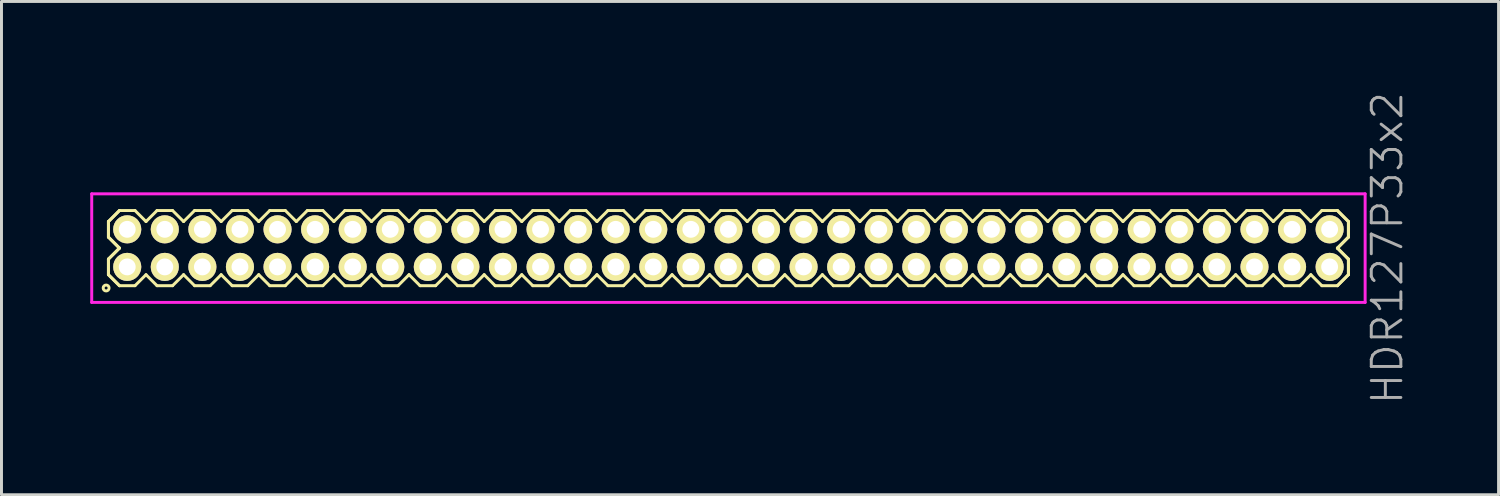
<source format=kicad_pcb>
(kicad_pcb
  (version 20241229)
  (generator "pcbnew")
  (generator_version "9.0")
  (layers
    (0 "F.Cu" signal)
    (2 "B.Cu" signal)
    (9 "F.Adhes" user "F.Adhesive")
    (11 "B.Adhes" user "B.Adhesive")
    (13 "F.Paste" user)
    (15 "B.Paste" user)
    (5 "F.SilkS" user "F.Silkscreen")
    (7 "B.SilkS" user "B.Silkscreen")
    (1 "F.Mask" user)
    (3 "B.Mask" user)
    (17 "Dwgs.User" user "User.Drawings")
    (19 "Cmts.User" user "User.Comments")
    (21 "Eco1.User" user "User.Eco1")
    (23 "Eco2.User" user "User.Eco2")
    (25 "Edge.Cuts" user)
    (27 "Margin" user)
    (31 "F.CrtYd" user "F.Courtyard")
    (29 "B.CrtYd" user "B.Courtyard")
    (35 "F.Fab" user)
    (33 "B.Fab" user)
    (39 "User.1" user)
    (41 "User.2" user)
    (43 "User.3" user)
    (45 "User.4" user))
  (footprint "HDR127P33x2"
    (layer "F.Cu")
    (at 21.57 5.336)
    (property "Reference" "HDR127P33x2" (at 22.27 0 90) (layer "F.Fab") (effects (font (size 1 1) (thickness 0.1))))
    (attr through_hole)
    (fp_line (start -20.955 -0.898) (end -20.583 -1.27) (stroke (width 0.1) (type solid)) (layer "F.SilkS"))
    (fp_line (start -20.955 -0.898) (end -20.583 -1.27) (stroke (width 0.1) (type solid)) (layer "F.SilkS"))
    (fp_line (start -20.955 -0.372) (end -20.955 -0.898) (stroke (width 0.1) (type solid)) (layer "F.SilkS"))
    (fp_line (start -20.955 -0.372) (end -20.955 -0.898) (stroke (width 0.1) (type solid)) (layer "F.SilkS"))
    (fp_line (start -20.955 0.372) (end -20.583 0) (stroke (width 0.1) (type solid)) (layer "F.SilkS"))
    (fp_line (start -20.955 0.372) (end -20.583 0) (stroke (width 0.1) (type solid)) (layer "F.SilkS"))
    (fp_line (start -20.955 0.898) (end -20.955 0.372) (stroke (width 0.1) (type solid)) (layer "F.SilkS"))
    (fp_line (start -20.955 0.898) (end -20.955 0.372) (stroke (width 0.1) (type solid)) (layer "F.SilkS"))
    (fp_line (start -20.583 -1.27) (end -20.057 -1.27) (stroke (width 0.1) (type solid)) (layer "F.SilkS"))
    (fp_line (start -20.583 0) (end -20.955 -0.372) (stroke (width 0.1) (type solid)) (layer "F.SilkS"))
    (fp_line (start -20.583 0) (end -20.955 -0.372) (stroke (width 0.1) (type solid)) (layer "F.SilkS"))
    (fp_line (start -20.583 1.27) (end -20.955 0.898) (stroke (width 0.1) (type solid)) (layer "F.SilkS"))
    (fp_line (start -20.583 1.27) (end -20.955 0.898) (stroke (width 0.1) (type solid)) (layer "F.SilkS"))
    (fp_line (start -20.057 -1.27) (end -19.685 -0.898) (stroke (width 0.1) (type solid)) (layer "F.SilkS"))
    (fp_line (start -20.057 1.27) (end -20.583 1.27) (stroke (width 0.1) (type solid)) (layer "F.SilkS"))
    (fp_line (start -19.685 -0.898) (end -19.313 -1.27) (stroke (width 0.1) (type solid)) (layer "F.SilkS"))
    (fp_line (start -19.685 0.898) (end -20.057 1.27) (stroke (width 0.1) (type solid)) (layer "F.SilkS"))
    (fp_line (start -19.313 -1.27) (end -18.787 -1.27) (stroke (width 0.1) (type solid)) (layer "F.SilkS"))
    (fp_line (start -19.313 1.27) (end -19.685 0.898) (stroke (width 0.1) (type solid)) (layer "F.SilkS"))
    (fp_line (start -18.787 -1.27) (end -18.415 -0.898) (stroke (width 0.1) (type solid)) (layer "F.SilkS"))
    (fp_line (start -18.787 1.27) (end -19.313 1.27) (stroke (width 0.1) (type solid)) (layer "F.SilkS"))
    (fp_line (start -18.415 -0.898) (end -18.043 -1.27) (stroke (width 0.1) (type solid)) (layer "F.SilkS"))
    (fp_line (start -18.415 0.898) (end -18.787 1.27) (stroke (width 0.1) (type solid)) (layer "F.SilkS"))
    (fp_line (start -18.043 -1.27) (end -17.517 -1.27) (stroke (width 0.1) (type solid)) (layer "F.SilkS"))
    (fp_line (start -18.043 1.27) (end -18.415 0.898) (stroke (width 0.1) (type solid)) (layer "F.SilkS"))
    (fp_line (start -17.517 -1.27) (end -17.145 -0.898) (stroke (width 0.1) (type solid)) (layer "F.SilkS"))
    (fp_line (start -17.517 1.27) (end -18.043 1.27) (stroke (width 0.1) (type solid)) (layer "F.SilkS"))
    (fp_line (start -17.145 -0.898) (end -16.773 -1.27) (stroke (width 0.1) (type solid)) (layer "F.SilkS"))
    (fp_line (start -17.145 0.898) (end -17.517 1.27) (stroke (width 0.1) (type solid)) (layer "F.SilkS"))
    (fp_line (start -16.773 -1.27) (end -16.247 -1.27) (stroke (width 0.1) (type solid)) (layer "F.SilkS"))
    (fp_line (start -16.773 1.27) (end -17.145 0.898) (stroke (width 0.1) (type solid)) (layer "F.SilkS"))
    (fp_line (start -16.247 -1.27) (end -15.875 -0.898) (stroke (width 0.1) (type solid)) (layer "F.SilkS"))
    (fp_line (start -16.247 1.27) (end -16.773 1.27) (stroke (width 0.1) (type solid)) (layer "F.SilkS"))
    (fp_line (start -15.875 -0.898) (end -15.503 -1.27) (stroke (width 0.1) (type solid)) (layer "F.SilkS"))
    (fp_line (start -15.875 0.898) (end -16.247 1.27) (stroke (width 0.1) (type solid)) (layer "F.SilkS"))
    (fp_line (start -15.503 -1.27) (end -14.977 -1.27) (stroke (width 0.1) (type solid)) (layer "F.SilkS"))
    (fp_line (start -15.503 1.27) (end -15.875 0.898) (stroke (width 0.1) (type solid)) (layer "F.SilkS"))
    (fp_line (start -14.977 -1.27) (end -14.605 -0.898) (stroke (width 0.1) (type solid)) (layer "F.SilkS"))
    (fp_line (start -14.977 1.27) (end -15.503 1.27) (stroke (width 0.1) (type solid)) (layer "F.SilkS"))
    (fp_line (start -14.605 -0.898) (end -14.233 -1.27) (stroke (width 0.1) (type solid)) (layer "F.SilkS"))
    (fp_line (start -14.605 0.898) (end -14.977 1.27) (stroke (width 0.1) (type solid)) (layer "F.SilkS"))
    (fp_line (start -14.233 -1.27) (end -13.707 -1.27) (stroke (width 0.1) (type solid)) (layer "F.SilkS"))
    (fp_line (start -14.233 1.27) (end -14.605 0.898) (stroke (width 0.1) (type solid)) (layer "F.SilkS"))
    (fp_line (start -13.707 -1.27) (end -13.335 -0.898) (stroke (width 0.1) (type solid)) (layer "F.SilkS"))
    (fp_line (start -13.707 1.27) (end -14.233 1.27) (stroke (width 0.1) (type solid)) (layer "F.SilkS"))
    (fp_line (start -13.335 -0.898) (end -12.963 -1.27) (stroke (width 0.1) (type solid)) (layer "F.SilkS"))
    (fp_line (start -13.335 0.898) (end -13.707 1.27) (stroke (width 0.1) (type solid)) (layer "F.SilkS"))
    (fp_line (start -12.963 -1.27) (end -12.437 -1.27) (stroke (width 0.1) (type solid)) (layer "F.SilkS"))
    (fp_line (start -12.963 1.27) (end -13.335 0.898) (stroke (width 0.1) (type solid)) (layer "F.SilkS"))
    (fp_line (start -12.437 -1.27) (end -12.065 -0.898) (stroke (width 0.1) (type solid)) (layer "F.SilkS"))
    (fp_line (start -12.437 1.27) (end -12.963 1.27) (stroke (width 0.1) (type solid)) (layer "F.SilkS"))
    (fp_line (start -12.065 -0.898) (end -11.693 -1.27) (stroke (width 0.1) (type solid)) (layer "F.SilkS"))
    (fp_line (start -12.065 0.898) (end -12.437 1.27) (stroke (width 0.1) (type solid)) (layer "F.SilkS"))
    (fp_line (start -11.693 -1.27) (end -11.167 -1.27) (stroke (width 0.1) (type solid)) (layer "F.SilkS"))
    (fp_line (start -11.693 1.27) (end -12.065 0.898) (stroke (width 0.1) (type solid)) (layer "F.SilkS"))
    (fp_line (start -11.167 -1.27) (end -10.795 -0.898) (stroke (width 0.1) (type solid)) (layer "F.SilkS"))
    (fp_line (start -11.167 1.27) (end -11.693 1.27) (stroke (width 0.1) (type solid)) (layer "F.SilkS"))
    (fp_line (start -10.795 -0.898) (end -10.423 -1.27) (stroke (width 0.1) (type solid)) (layer "F.SilkS"))
    (fp_line (start -10.795 0.898) (end -11.167 1.27) (stroke (width 0.1) (type solid)) (layer "F.SilkS"))
    (fp_line (start -10.423 -1.27) (end -9.897 -1.27) (stroke (width 0.1) (type solid)) (layer "F.SilkS"))
    (fp_line (start -10.423 1.27) (end -10.795 0.898) (stroke (width 0.1) (type solid)) (layer "F.SilkS"))
    (fp_line (start -9.897 -1.27) (end -9.525 -0.898) (stroke (width 0.1) (type solid)) (layer "F.SilkS"))
    (fp_line (start -9.897 1.27) (end -10.423 1.27) (stroke (width 0.1) (type solid)) (layer "F.SilkS"))
    (fp_line (start -9.525 -0.898) (end -9.153 -1.27) (stroke (width 0.1) (type solid)) (layer "F.SilkS"))
    (fp_line (start -9.525 0.898) (end -9.897 1.27) (stroke (width 0.1) (type solid)) (layer "F.SilkS"))
    (fp_line (start -9.153 -1.27) (end -8.627 -1.27) (stroke (width 0.1) (type solid)) (layer "F.SilkS"))
    (fp_line (start -9.153 1.27) (end -9.525 0.898) (stroke (width 0.1) (type solid)) (layer "F.SilkS"))
    (fp_line (start -8.627 -1.27) (end -8.255 -0.898) (stroke (width 0.1) (type solid)) (layer "F.SilkS"))
    (fp_line (start -8.627 1.27) (end -9.153 1.27) (stroke (width 0.1) (type solid)) (layer "F.SilkS"))
    (fp_line (start -8.255 -0.898) (end -7.883 -1.27) (stroke (width 0.1) (type solid)) (layer "F.SilkS"))
    (fp_line (start -8.255 0.898) (end -8.627 1.27) (stroke (width 0.1) (type solid)) (layer "F.SilkS"))
    (fp_line (start -7.883 -1.27) (end -7.357 -1.27) (stroke (width 0.1) (type solid)) (layer "F.SilkS"))
    (fp_line (start -7.883 1.27) (end -8.255 0.898) (stroke (width 0.1) (type solid)) (layer "F.SilkS"))
    (fp_line (start -7.357 -1.27) (end -6.985 -0.898) (stroke (width 0.1) (type solid)) (layer "F.SilkS"))
    (fp_line (start -7.357 1.27) (end -7.883 1.27) (stroke (width 0.1) (type solid)) (layer "F.SilkS"))
    (fp_line (start -6.985 -0.898) (end -6.613 -1.27) (stroke (width 0.1) (type solid)) (layer "F.SilkS"))
    (fp_line (start -6.985 0.898) (end -7.357 1.27) (stroke (width 0.1) (type solid)) (layer "F.SilkS"))
    (fp_line (start -6.613 -1.27) (end -6.087 -1.27) (stroke (width 0.1) (type solid)) (layer "F.SilkS"))
    (fp_line (start -6.613 1.27) (end -6.985 0.898) (stroke (width 0.1) (type solid)) (layer "F.SilkS"))
    (fp_line (start -6.087 -1.27) (end -5.715 -0.898) (stroke (width 0.1) (type solid)) (layer "F.SilkS"))
    (fp_line (start -6.087 1.27) (end -6.613 1.27) (stroke (width 0.1) (type solid)) (layer "F.SilkS"))
    (fp_line (start -5.715 -0.898) (end -5.343 -1.27) (stroke (width 0.1) (type solid)) (layer "F.SilkS"))
    (fp_line (start -5.715 0.898) (end -6.087 1.27) (stroke (width 0.1) (type solid)) (layer "F.SilkS"))
    (fp_line (start -5.343 -1.27) (end -4.817 -1.27) (stroke (width 0.1) (type solid)) (layer "F.SilkS"))
    (fp_line (start -5.343 1.27) (end -5.715 0.898) (stroke (width 0.1) (type solid)) (layer "F.SilkS"))
    (fp_line (start -4.817 -1.27) (end -4.445 -0.898) (stroke (width 0.1) (type solid)) (layer "F.SilkS"))
    (fp_line (start -4.817 1.27) (end -5.343 1.27) (stroke (width 0.1) (type solid)) (layer "F.SilkS"))
    (fp_line (start -4.445 -0.898) (end -4.073 -1.27) (stroke (width 0.1) (type solid)) (layer "F.SilkS"))
    (fp_line (start -4.445 0.898) (end -4.817 1.27) (stroke (width 0.1) (type solid)) (layer "F.SilkS"))
    (fp_line (start -4.073 -1.27) (end -3.547 -1.27) (stroke (width 0.1) (type solid)) (layer "F.SilkS"))
    (fp_line (start -4.073 1.27) (end -4.445 0.898) (stroke (width 0.1) (type solid)) (layer "F.SilkS"))
    (fp_line (start -3.547 -1.27) (end -3.175 -0.898) (stroke (width 0.1) (type solid)) (layer "F.SilkS"))
    (fp_line (start -3.547 1.27) (end -4.073 1.27) (stroke (width 0.1) (type solid)) (layer "F.SilkS"))
    (fp_line (start -3.175 -0.898) (end -2.803 -1.27) (stroke (width 0.1) (type solid)) (layer "F.SilkS"))
    (fp_line (start -3.175 0.898) (end -3.547 1.27) (stroke (width 0.1) (type solid)) (layer "F.SilkS"))
    (fp_line (start -2.803 -1.27) (end -2.277 -1.27) (stroke (width 0.1) (type solid)) (layer "F.SilkS"))
    (fp_line (start -2.803 1.27) (end -3.175 0.898) (stroke (width 0.1) (type solid)) (layer "F.SilkS"))
    (fp_line (start -2.277 -1.27) (end -1.905 -0.898) (stroke (width 0.1) (type solid)) (layer "F.SilkS"))
    (fp_line (start -2.277 1.27) (end -2.803 1.27) (stroke (width 0.1) (type solid)) (layer "F.SilkS"))
    (fp_line (start -1.905 -0.898) (end -1.533 -1.27) (stroke (width 0.1) (type solid)) (layer "F.SilkS"))
    (fp_line (start -1.905 0.898) (end -2.277 1.27) (stroke (width 0.1) (type solid)) (layer "F.SilkS"))
    (fp_line (start -1.533 -1.27) (end -1.007 -1.27) (stroke (width 0.1) (type solid)) (layer "F.SilkS"))
    (fp_line (start -1.533 1.27) (end -1.905 0.898) (stroke (width 0.1) (type solid)) (layer "F.SilkS"))
    (fp_line (start -1.007 -1.27) (end -0.635 -0.898) (stroke (width 0.1) (type solid)) (layer "F.SilkS"))
    (fp_line (start -1.007 1.27) (end -1.533 1.27) (stroke (width 0.1) (type solid)) (layer "F.SilkS"))
    (fp_line (start -0.635 -0.898) (end -0.263 -1.27) (stroke (width 0.1) (type solid)) (layer "F.SilkS"))
    (fp_line (start -0.635 0.898) (end -1.007 1.27) (stroke (width 0.1) (type solid)) (layer "F.SilkS"))
    (fp_line (start -0.263 -1.27) (end 0.263 -1.27) (stroke (width 0.1) (type solid)) (layer "F.SilkS"))
    (fp_line (start -0.263 1.27) (end -0.635 0.898) (stroke (width 0.1) (type solid)) (layer "F.SilkS"))
    (fp_line (start 0.263 -1.27) (end 0.635 -0.898) (stroke (width 0.1) (type solid)) (layer "F.SilkS"))
    (fp_line (start 0.263 1.27) (end -0.263 1.27) (stroke (width 0.1) (type solid)) (layer "F.SilkS"))
    (fp_line (start 0.635 -0.898) (end 1.007 -1.27) (stroke (width 0.1) (type solid)) (layer "F.SilkS"))
    (fp_line (start 0.635 0.898) (end 0.263 1.27) (stroke (width 0.1) (type solid)) (layer "F.SilkS"))
    (fp_line (start 1.007 -1.27) (end 1.533 -1.27) (stroke (width 0.1) (type solid)) (layer "F.SilkS"))
    (fp_line (start 1.007 1.27) (end 0.635 0.898) (stroke (width 0.1) (type solid)) (layer "F.SilkS"))
    (fp_line (start 1.533 -1.27) (end 1.905 -0.898) (stroke (width 0.1) (type solid)) (layer "F.SilkS"))
    (fp_line (start 1.533 1.27) (end 1.007 1.27) (stroke (width 0.1) (type solid)) (layer "F.SilkS"))
    (fp_line (start 1.905 -0.898) (end 2.277 -1.27) (stroke (width 0.1) (type solid)) (layer "F.SilkS"))
    (fp_line (start 1.905 0.898) (end 1.533 1.27) (stroke (width 0.1) (type solid)) (layer "F.SilkS"))
    (fp_line (start 2.277 -1.27) (end 2.803 -1.27) (stroke (width 0.1) (type solid)) (layer "F.SilkS"))
    (fp_line (start 2.277 1.27) (end 1.905 0.898) (stroke (width 0.1) (type solid)) (layer "F.SilkS"))
    (fp_line (start 2.803 -1.27) (end 3.175 -0.898) (stroke (width 0.1) (type solid)) (layer "F.SilkS"))
    (fp_line (start 2.803 1.27) (end 2.277 1.27) (stroke (width 0.1) (type solid)) (layer "F.SilkS"))
    (fp_line (start 3.175 -0.898) (end 3.547 -1.27) (stroke (width 0.1) (type solid)) (layer "F.SilkS"))
    (fp_line (start 3.175 0.898) (end 2.803 1.27) (stroke (width 0.1) (type solid)) (layer "F.SilkS"))
    (fp_line (start 3.547 -1.27) (end 4.073 -1.27) (stroke (width 0.1) (type solid)) (layer "F.SilkS"))
    (fp_line (start 3.547 1.27) (end 3.175 0.898) (stroke (width 0.1) (type solid)) (layer "F.SilkS"))
    (fp_line (start 4.073 -1.27) (end 4.445 -0.898) (stroke (width 0.1) (type solid)) (layer "F.SilkS"))
    (fp_line (start 4.073 1.27) (end 3.547 1.27) (stroke (width 0.1) (type solid)) (layer "F.SilkS"))
    (fp_line (start 4.445 -0.898) (end 4.817 -1.27) (stroke (width 0.1) (type solid)) (layer "F.SilkS"))
    (fp_line (start 4.445 0.898) (end 4.073 1.27) (stroke (width 0.1) (type solid)) (layer "F.SilkS"))
    (fp_line (start 4.817 -1.27) (end 5.343 -1.27) (stroke (width 0.1) (type solid)) (layer "F.SilkS"))
    (fp_line (start 4.817 1.27) (end 4.445 0.898) (stroke (width 0.1) (type solid)) (layer "F.SilkS"))
    (fp_line (start 5.343 -1.27) (end 5.715 -0.898) (stroke (width 0.1) (type solid)) (layer "F.SilkS"))
    (fp_line (start 5.343 1.27) (end 4.817 1.27) (stroke (width 0.1) (type solid)) (layer "F.SilkS"))
    (fp_line (start 5.715 -0.898) (end 6.087 -1.27) (stroke (width 0.1) (type solid)) (layer "F.SilkS"))
    (fp_line (start 5.715 0.898) (end 5.343 1.27) (stroke (width 0.1) (type solid)) (layer "F.SilkS"))
    (fp_line (start 6.087 -1.27) (end 6.613 -1.27) (stroke (width 0.1) (type solid)) (layer "F.SilkS"))
    (fp_line (start 6.087 1.27) (end 5.715 0.898) (stroke (width 0.1) (type solid)) (layer "F.SilkS"))
    (fp_line (start 6.613 -1.27) (end 6.985 -0.898) (stroke (width 0.1) (type solid)) (layer "F.SilkS"))
    (fp_line (start 6.613 1.27) (end 6.087 1.27) (stroke (width 0.1) (type solid)) (layer "F.SilkS"))
    (fp_line (start 6.985 -0.898) (end 7.357 -1.27) (stroke (width 0.1) (type solid)) (layer "F.SilkS"))
    (fp_line (start 6.985 0.898) (end 6.613 1.27) (stroke (width 0.1) (type solid)) (layer "F.SilkS"))
    (fp_line (start 7.357 -1.27) (end 7.883 -1.27) (stroke (width 0.1) (type solid)) (layer "F.SilkS"))
    (fp_line (start 7.357 1.27) (end 6.985 0.898) (stroke (width 0.1) (type solid)) (layer "F.SilkS"))
    (fp_line (start 7.883 -1.27) (end 8.255 -0.898) (stroke (width 0.1) (type solid)) (layer "F.SilkS"))
    (fp_line (start 7.883 1.27) (end 7.357 1.27) (stroke (width 0.1) (type solid)) (layer "F.SilkS"))
    (fp_line (start 8.255 -0.898) (end 8.627 -1.27) (stroke (width 0.1) (type solid)) (layer "F.SilkS"))
    (fp_line (start 8.255 0.898) (end 7.883 1.27) (stroke (width 0.1) (type solid)) (layer "F.SilkS"))
    (fp_line (start 8.627 -1.27) (end 9.153 -1.27) (stroke (width 0.1) (type solid)) (layer "F.SilkS"))
    (fp_line (start 8.627 1.27) (end 8.255 0.898) (stroke (width 0.1) (type solid)) (layer "F.SilkS"))
    (fp_line (start 9.153 -1.27) (end 9.525 -0.898) (stroke (width 0.1) (type solid)) (layer "F.SilkS"))
    (fp_line (start 9.153 1.27) (end 8.627 1.27) (stroke (width 0.1) (type solid)) (layer "F.SilkS"))
    (fp_line (start 9.525 -0.898) (end 9.897 -1.27) (stroke (width 0.1) (type solid)) (layer "F.SilkS"))
    (fp_line (start 9.525 0.898) (end 9.153 1.27) (stroke (width 0.1) (type solid)) (layer "F.SilkS"))
    (fp_line (start 9.897 -1.27) (end 10.423 -1.27) (stroke (width 0.1) (type solid)) (layer "F.SilkS"))
    (fp_line (start 9.897 1.27) (end 9.525 0.898) (stroke (width 0.1) (type solid)) (layer "F.SilkS"))
    (fp_line (start 10.423 -1.27) (end 10.795 -0.898) (stroke (width 0.1) (type solid)) (layer "F.SilkS"))
    (fp_line (start 10.423 1.27) (end 9.897 1.27) (stroke (width 0.1) (type solid)) (layer "F.SilkS"))
    (fp_line (start 10.795 -0.898) (end 11.167 -1.27) (stroke (width 0.1) (type solid)) (layer "F.SilkS"))
    (fp_line (start 10.795 0.898) (end 10.423 1.27) (stroke (width 0.1) (type solid)) (layer "F.SilkS"))
    (fp_line (start 11.167 -1.27) (end 11.693 -1.27) (stroke (width 0.1) (type solid)) (layer "F.SilkS"))
    (fp_line (start 11.167 1.27) (end 10.795 0.898) (stroke (width 0.1) (type solid)) (layer "F.SilkS"))
    (fp_line (start 11.693 -1.27) (end 12.065 -0.898) (stroke (width 0.1) (type solid)) (layer "F.SilkS"))
    (fp_line (start 11.693 1.27) (end 11.167 1.27) (stroke (width 0.1) (type solid)) (layer "F.SilkS"))
    (fp_line (start 12.065 -0.898) (end 12.437 -1.27) (stroke (width 0.1) (type solid)) (layer "F.SilkS"))
    (fp_line (start 12.065 0.898) (end 11.693 1.27) (stroke (width 0.1) (type solid)) (layer "F.SilkS"))
    (fp_line (start 12.437 -1.27) (end 12.963 -1.27) (stroke (width 0.1) (type solid)) (layer "F.SilkS"))
    (fp_line (start 12.437 1.27) (end 12.065 0.898) (stroke (width 0.1) (type solid)) (layer "F.SilkS"))
    (fp_line (start 12.963 -1.27) (end 13.335 -0.898) (stroke (width 0.1) (type solid)) (layer "F.SilkS"))
    (fp_line (start 12.963 1.27) (end 12.437 1.27) (stroke (width 0.1) (type solid)) (layer "F.SilkS"))
    (fp_line (start 13.335 -0.898) (end 13.707 -1.27) (stroke (width 0.1) (type solid)) (layer "F.SilkS"))
    (fp_line (start 13.335 0.898) (end 12.963 1.27) (stroke (width 0.1) (type solid)) (layer "F.SilkS"))
    (fp_line (start 13.707 -1.27) (end 14.233 -1.27) (stroke (width 0.1) (type solid)) (layer "F.SilkS"))
    (fp_line (start 13.707 1.27) (end 13.335 0.898) (stroke (width 0.1) (type solid)) (layer "F.SilkS"))
    (fp_line (start 14.233 -1.27) (end 14.605 -0.898) (stroke (width 0.1) (type solid)) (layer "F.SilkS"))
    (fp_line (start 14.233 1.27) (end 13.707 1.27) (stroke (width 0.1) (type solid)) (layer "F.SilkS"))
    (fp_line (start 14.605 -0.898) (end 14.977 -1.27) (stroke (width 0.1) (type solid)) (layer "F.SilkS"))
    (fp_line (start 14.605 0.898) (end 14.233 1.27) (stroke (width 0.1) (type solid)) (layer "F.SilkS"))
    (fp_line (start 14.977 -1.27) (end 15.503 -1.27) (stroke (width 0.1) (type solid)) (layer "F.SilkS"))
    (fp_line (start 14.977 1.27) (end 14.605 0.898) (stroke (width 0.1) (type solid)) (layer "F.SilkS"))
    (fp_line (start 15.503 -1.27) (end 15.875 -0.898) (stroke (width 0.1) (type solid)) (layer "F.SilkS"))
    (fp_line (start 15.503 1.27) (end 14.977 1.27) (stroke (width 0.1) (type solid)) (layer "F.SilkS"))
    (fp_line (start 15.875 -0.898) (end 16.247 -1.27) (stroke (width 0.1) (type solid)) (layer "F.SilkS"))
    (fp_line (start 15.875 0.898) (end 15.503 1.27) (stroke (width 0.1) (type solid)) (layer "F.SilkS"))
    (fp_line (start 16.247 -1.27) (end 16.773 -1.27) (stroke (width 0.1) (type solid)) (layer "F.SilkS"))
    (fp_line (start 16.247 1.27) (end 15.875 0.898) (stroke (width 0.1) (type solid)) (layer "F.SilkS"))
    (fp_line (start 16.773 -1.27) (end 17.145 -0.898) (stroke (width 0.1) (type solid)) (layer "F.SilkS"))
    (fp_line (start 16.773 1.27) (end 16.247 1.27) (stroke (width 0.1) (type solid)) (layer "F.SilkS"))
    (fp_line (start 17.145 -0.898) (end 17.517 -1.27) (stroke (width 0.1) (type solid)) (layer "F.SilkS"))
    (fp_line (start 17.145 0.898) (end 16.773 1.27) (stroke (width 0.1) (type solid)) (layer "F.SilkS"))
    (fp_line (start 17.517 -1.27) (end 18.043 -1.27) (stroke (width 0.1) (type solid)) (layer "F.SilkS"))
    (fp_line (start 17.517 1.27) (end 17.145 0.898) (stroke (width 0.1) (type solid)) (layer "F.SilkS"))
    (fp_line (start 18.043 -1.27) (end 18.415 -0.898) (stroke (width 0.1) (type solid)) (layer "F.SilkS"))
    (fp_line (start 18.043 1.27) (end 17.517 1.27) (stroke (width 0.1) (type solid)) (layer "F.SilkS"))
    (fp_line (start 18.415 -0.898) (end 18.787 -1.27) (stroke (width 0.1) (type solid)) (layer "F.SilkS"))
    (fp_line (start 18.415 0.898) (end 18.043 1.27) (stroke (width 0.1) (type solid)) (layer "F.SilkS"))
    (fp_line (start 18.787 -1.27) (end 19.313 -1.27) (stroke (width 0.1) (type solid)) (layer "F.SilkS"))
    (fp_line (start 18.787 1.27) (end 18.415 0.898) (stroke (width 0.1) (type solid)) (layer "F.SilkS"))
    (fp_line (start 19.313 -1.27) (end 19.685 -0.898) (stroke (width 0.1) (type solid)) (layer "F.SilkS"))
    (fp_line (start 19.313 1.27) (end 18.787 1.27) (stroke (width 0.1) (type solid)) (layer "F.SilkS"))
    (fp_line (start 19.685 -0.898) (end 20.057 -1.27) (stroke (width 0.1) (type solid)) (layer "F.SilkS"))
    (fp_line (start 19.685 0.898) (end 19.313 1.27) (stroke (width 0.1) (type solid)) (layer "F.SilkS"))
    (fp_line (start 20.057 -1.27) (end 20.583 -1.27) (stroke (width 0.1) (type solid)) (layer "F.SilkS"))
    (fp_line (start 20.057 1.27) (end 19.685 0.898) (stroke (width 0.1) (type solid)) (layer "F.SilkS"))
    (fp_line (start 20.583 -1.27) (end 20.955 -0.898) (stroke (width 0.1) (type solid)) (layer "F.SilkS"))
    (fp_line (start 20.583 -1.27) (end 20.955 -0.898) (stroke (width 0.1) (type solid)) (layer "F.SilkS"))
    (fp_line (start 20.583 0) (end 20.955 0.372) (stroke (width 0.1) (type solid)) (layer "F.SilkS"))
    (fp_line (start 20.583 0) (end 20.955 0.372) (stroke (width 0.1) (type solid)) (layer "F.SilkS"))
    (fp_line (start 20.583 1.27) (end 20.057 1.27) (stroke (width 0.1) (type solid)) (layer "F.SilkS"))
    (fp_line (start 20.955 -0.898) (end 20.955 -0.372) (stroke (width 0.1) (type solid)) (layer "F.SilkS"))
    (fp_line (start 20.955 -0.898) (end 20.955 -0.372) (stroke (width 0.1) (type solid)) (layer "F.SilkS"))
    (fp_line (start 20.955 -0.372) (end 20.583 0) (stroke (width 0.1) (type solid)) (layer "F.SilkS"))
    (fp_line (start 20.955 -0.372) (end 20.583 0) (stroke (width 0.1) (type solid)) (layer "F.SilkS"))
    (fp_line (start 20.955 0.372) (end 20.955 0.898) (stroke (width 0.1) (type solid)) (layer "F.SilkS"))
    (fp_line (start 20.955 0.372) (end 20.955 0.898) (stroke (width 0.1) (type solid)) (layer "F.SilkS"))
    (fp_line (start 20.955 0.898) (end 20.583 1.27) (stroke (width 0.1) (type solid)) (layer "F.SilkS"))
    (fp_line (start 20.955 0.898) (end 20.583 1.27) (stroke (width 0.1) (type solid)) (layer "F.SilkS"))
    (fp_circle (center -21.033 1.348) (end -20.933 1.348) (stroke (width 0.1) (type solid)) (fill no) (layer "F.SilkS"))
    (fp_line (start -21.52 -1.835) (end -21.52 1.835) (stroke (width 0.1) (type solid)) (layer "F.CrtYd"))
    (fp_line (start -21.52 1.835) (end 21.52 1.835) (stroke (width 0.1) (type solid)) (layer "F.CrtYd"))
    (fp_line (start 21.52 -1.835) (end -21.52 -1.835) (stroke (width 0.1) (type solid)) (layer "F.CrtYd"))
    (fp_line (start 21.52 1.835) (end 21.52 -1.835) (stroke (width 0.1) (type solid)) (layer "F.CrtYd"))
    (pad "1" thru_hole oval (at -20.32 0.635) (size 0.95 0.95) (drill 0.57) (layers "*.Cu" "*.Mask" "F.SilkS"))
    (pad "2" thru_hole oval (at -20.32 -0.635) (size 0.95 0.95) (drill 0.57) (layers "*.Cu" "*.Mask" "F.SilkS"))
    (pad "3" thru_hole oval (at -19.05 0.635) (size 0.95 0.95) (drill 0.57) (layers "*.Cu" "*.Mask" "F.SilkS"))
    (pad "4" thru_hole oval (at -19.05 -0.635) (size 0.95 0.95) (drill 0.57) (layers "*.Cu" "*.Mask" "F.SilkS"))
    (pad "5" thru_hole oval (at -17.78 0.635) (size 0.95 0.95) (drill 0.57) (layers "*.Cu" "*.Mask" "F.SilkS"))
    (pad "6" thru_hole oval (at -17.78 -0.635) (size 0.95 0.95) (drill 0.57) (layers "*.Cu" "*.Mask" "F.SilkS"))
    (pad "7" thru_hole oval (at -16.51 0.635) (size 0.95 0.95) (drill 0.57) (layers "*.Cu" "*.Mask" "F.SilkS"))
    (pad "8" thru_hole oval (at -16.51 -0.635) (size 0.95 0.95) (drill 0.57) (layers "*.Cu" "*.Mask" "F.SilkS"))
    (pad "9" thru_hole oval (at -15.24 0.635) (size 0.95 0.95) (drill 0.57) (layers "*.Cu" "*.Mask" "F.SilkS"))
    (pad "10" thru_hole oval (at -15.24 -0.635) (size 0.95 0.95) (drill 0.57) (layers "*.Cu" "*.Mask" "F.SilkS"))
    (pad "11" thru_hole oval (at -13.97 0.635) (size 0.95 0.95) (drill 0.57) (layers "*.Cu" "*.Mask" "F.SilkS"))
    (pad "12" thru_hole oval (at -13.97 -0.635) (size 0.95 0.95) (drill 0.57) (layers "*.Cu" "*.Mask" "F.SilkS"))
    (pad "13" thru_hole oval (at -12.7 0.635) (size 0.95 0.95) (drill 0.57) (layers "*.Cu" "*.Mask" "F.SilkS"))
    (pad "14" thru_hole oval (at -12.7 -0.635) (size 0.95 0.95) (drill 0.57) (layers "*.Cu" "*.Mask" "F.SilkS"))
    (pad "15" thru_hole oval (at -11.43 0.635) (size 0.95 0.95) (drill 0.57) (layers "*.Cu" "*.Mask" "F.SilkS"))
    (pad "16" thru_hole oval (at -11.43 -0.635) (size 0.95 0.95) (drill 0.57) (layers "*.Cu" "*.Mask" "F.SilkS"))
    (pad "17" thru_hole oval (at -10.16 0.635) (size 0.95 0.95) (drill 0.57) (layers "*.Cu" "*.Mask" "F.SilkS"))
    (pad "18" thru_hole oval (at -10.16 -0.635) (size 0.95 0.95) (drill 0.57) (layers "*.Cu" "*.Mask" "F.SilkS"))
    (pad "19" thru_hole oval (at -8.89 0.635) (size 0.95 0.95) (drill 0.57) (layers "*.Cu" "*.Mask" "F.SilkS"))
    (pad "20" thru_hole oval (at -8.89 -0.635) (size 0.95 0.95) (drill 0.57) (layers "*.Cu" "*.Mask" "F.SilkS"))
    (pad "21" thru_hole oval (at -7.62 0.635) (size 0.95 0.95) (drill 0.57) (layers "*.Cu" "*.Mask" "F.SilkS"))
    (pad "22" thru_hole oval (at -7.62 -0.635) (size 0.95 0.95) (drill 0.57) (layers "*.Cu" "*.Mask" "F.SilkS"))
    (pad "23" thru_hole oval (at -6.35 0.635) (size 0.95 0.95) (drill 0.57) (layers "*.Cu" "*.Mask" "F.SilkS"))
    (pad "24" thru_hole oval (at -6.35 -0.635) (size 0.95 0.95) (drill 0.57) (layers "*.Cu" "*.Mask" "F.SilkS"))
    (pad "25" thru_hole oval (at -5.08 0.635) (size 0.95 0.95) (drill 0.57) (layers "*.Cu" "*.Mask" "F.SilkS"))
    (pad "26" thru_hole oval (at -5.08 -0.635) (size 0.95 0.95) (drill 0.57) (layers "*.Cu" "*.Mask" "F.SilkS"))
    (pad "27" thru_hole oval (at -3.81 0.635) (size 0.95 0.95) (drill 0.57) (layers "*.Cu" "*.Mask" "F.SilkS"))
    (pad "28" thru_hole oval (at -3.81 -0.635) (size 0.95 0.95) (drill 0.57) (layers "*.Cu" "*.Mask" "F.SilkS"))
    (pad "29" thru_hole oval (at -2.54 0.635) (size 0.95 0.95) (drill 0.57) (layers "*.Cu" "*.Mask" "F.SilkS"))
    (pad "30" thru_hole oval (at -2.54 -0.635) (size 0.95 0.95) (drill 0.57) (layers "*.Cu" "*.Mask" "F.SilkS"))
    (pad "31" thru_hole oval (at -1.27 0.635) (size 0.95 0.95) (drill 0.57) (layers "*.Cu" "*.Mask" "F.SilkS"))
    (pad "32" thru_hole oval (at -1.27 -0.635) (size 0.95 0.95) (drill 0.57) (layers "*.Cu" "*.Mask" "F.SilkS"))
    (pad "33" thru_hole oval (at 0 0.635) (size 0.95 0.95) (drill 0.57) (layers "*.Cu" "*.Mask" "F.SilkS"))
    (pad "34" thru_hole oval (at 0 -0.635) (size 0.95 0.95) (drill 0.57) (layers "*.Cu" "*.Mask" "F.SilkS"))
    (pad "35" thru_hole oval (at 1.27 0.635) (size 0.95 0.95) (drill 0.57) (layers "*.Cu" "*.Mask" "F.SilkS"))
    (pad "36" thru_hole oval (at 1.27 -0.635) (size 0.95 0.95) (drill 0.57) (layers "*.Cu" "*.Mask" "F.SilkS"))
    (pad "37" thru_hole oval (at 2.54 0.635) (size 0.95 0.95) (drill 0.57) (layers "*.Cu" "*.Mask" "F.SilkS"))
    (pad "38" thru_hole oval (at 2.54 -0.635) (size 0.95 0.95) (drill 0.57) (layers "*.Cu" "*.Mask" "F.SilkS"))
    (pad "39" thru_hole oval (at 3.81 0.635) (size 0.95 0.95) (drill 0.57) (layers "*.Cu" "*.Mask" "F.SilkS"))
    (pad "40" thru_hole oval (at 3.81 -0.635) (size 0.95 0.95) (drill 0.57) (layers "*.Cu" "*.Mask" "F.SilkS"))
    (pad "41" thru_hole oval (at 5.08 0.635) (size 0.95 0.95) (drill 0.57) (layers "*.Cu" "*.Mask" "F.SilkS"))
    (pad "42" thru_hole oval (at 5.08 -0.635) (size 0.95 0.95) (drill 0.57) (layers "*.Cu" "*.Mask" "F.SilkS"))
    (pad "43" thru_hole oval (at 6.35 0.635) (size 0.95 0.95) (drill 0.57) (layers "*.Cu" "*.Mask" "F.SilkS"))
    (pad "44" thru_hole oval (at 6.35 -0.635) (size 0.95 0.95) (drill 0.57) (layers "*.Cu" "*.Mask" "F.SilkS"))
    (pad "45" thru_hole oval (at 7.62 0.635) (size 0.95 0.95) (drill 0.57) (layers "*.Cu" "*.Mask" "F.SilkS"))
    (pad "46" thru_hole oval (at 7.62 -0.635) (size 0.95 0.95) (drill 0.57) (layers "*.Cu" "*.Mask" "F.SilkS"))
    (pad "47" thru_hole oval (at 8.89 0.635) (size 0.95 0.95) (drill 0.57) (layers "*.Cu" "*.Mask" "F.SilkS"))
    (pad "48" thru_hole oval (at 8.89 -0.635) (size 0.95 0.95) (drill 0.57) (layers "*.Cu" "*.Mask" "F.SilkS"))
    (pad "49" thru_hole oval (at 10.16 0.635) (size 0.95 0.95) (drill 0.57) (layers "*.Cu" "*.Mask" "F.SilkS"))
    (pad "50" thru_hole oval (at 10.16 -0.635) (size 0.95 0.95) (drill 0.57) (layers "*.Cu" "*.Mask" "F.SilkS"))
    (pad "51" thru_hole oval (at 11.43 0.635) (size 0.95 0.95) (drill 0.57) (layers "*.Cu" "*.Mask" "F.SilkS"))
    (pad "52" thru_hole oval (at 11.43 -0.635) (size 0.95 0.95) (drill 0.57) (layers "*.Cu" "*.Mask" "F.SilkS"))
    (pad "53" thru_hole oval (at 12.7 0.635) (size 0.95 0.95) (drill 0.57) (layers "*.Cu" "*.Mask" "F.SilkS"))
    (pad "54" thru_hole oval (at 12.7 -0.635) (size 0.95 0.95) (drill 0.57) (layers "*.Cu" "*.Mask" "F.SilkS"))
    (pad "55" thru_hole oval (at 13.97 0.635) (size 0.95 0.95) (drill 0.57) (layers "*.Cu" "*.Mask" "F.SilkS"))
    (pad "56" thru_hole oval (at 13.97 -0.635) (size 0.95 0.95) (drill 0.57) (layers "*.Cu" "*.Mask" "F.SilkS"))
    (pad "57" thru_hole oval (at 15.24 0.635) (size 0.95 0.95) (drill 0.57) (layers "*.Cu" "*.Mask" "F.SilkS"))
    (pad "58" thru_hole oval (at 15.24 -0.635) (size 0.95 0.95) (drill 0.57) (layers "*.Cu" "*.Mask" "F.SilkS"))
    (pad "59" thru_hole oval (at 16.51 0.635) (size 0.95 0.95) (drill 0.57) (layers "*.Cu" "*.Mask" "F.SilkS"))
    (pad "60" thru_hole oval (at 16.51 -0.635) (size 0.95 0.95) (drill 0.57) (layers "*.Cu" "*.Mask" "F.SilkS"))
    (pad "61" thru_hole oval (at 17.78 0.635) (size 0.95 0.95) (drill 0.57) (layers "*.Cu" "*.Mask" "F.SilkS"))
    (pad "62" thru_hole oval (at 17.78 -0.635) (size 0.95 0.95) (drill 0.57) (layers "*.Cu" "*.Mask" "F.SilkS"))
    (pad "63" thru_hole oval (at 19.05 0.635) (size 0.95 0.95) (drill 0.57) (layers "*.Cu" "*.Mask" "F.SilkS"))
    (pad "64" thru_hole oval (at 19.05 -0.635) (size 0.95 0.95) (drill 0.57) (layers "*.Cu" "*.Mask" "F.SilkS"))
    (pad "65" thru_hole oval (at 20.32 0.635) (size 0.95 0.95) (drill 0.57) (layers "*.Cu" "*.Mask" "F.SilkS"))
    (pad "66" thru_hole oval (at 20.32 -0.635) (size 0.95 0.95) (drill 0.57) (layers "*.Cu" "*.Mask" "F.SilkS")))
  (gr_rect
    (start -3 -3)
    (end 47.6 13.671)
    (stroke (width 0.1) (type default))
    (fill no)
    (layer "Edge.Cuts")))
</source>
